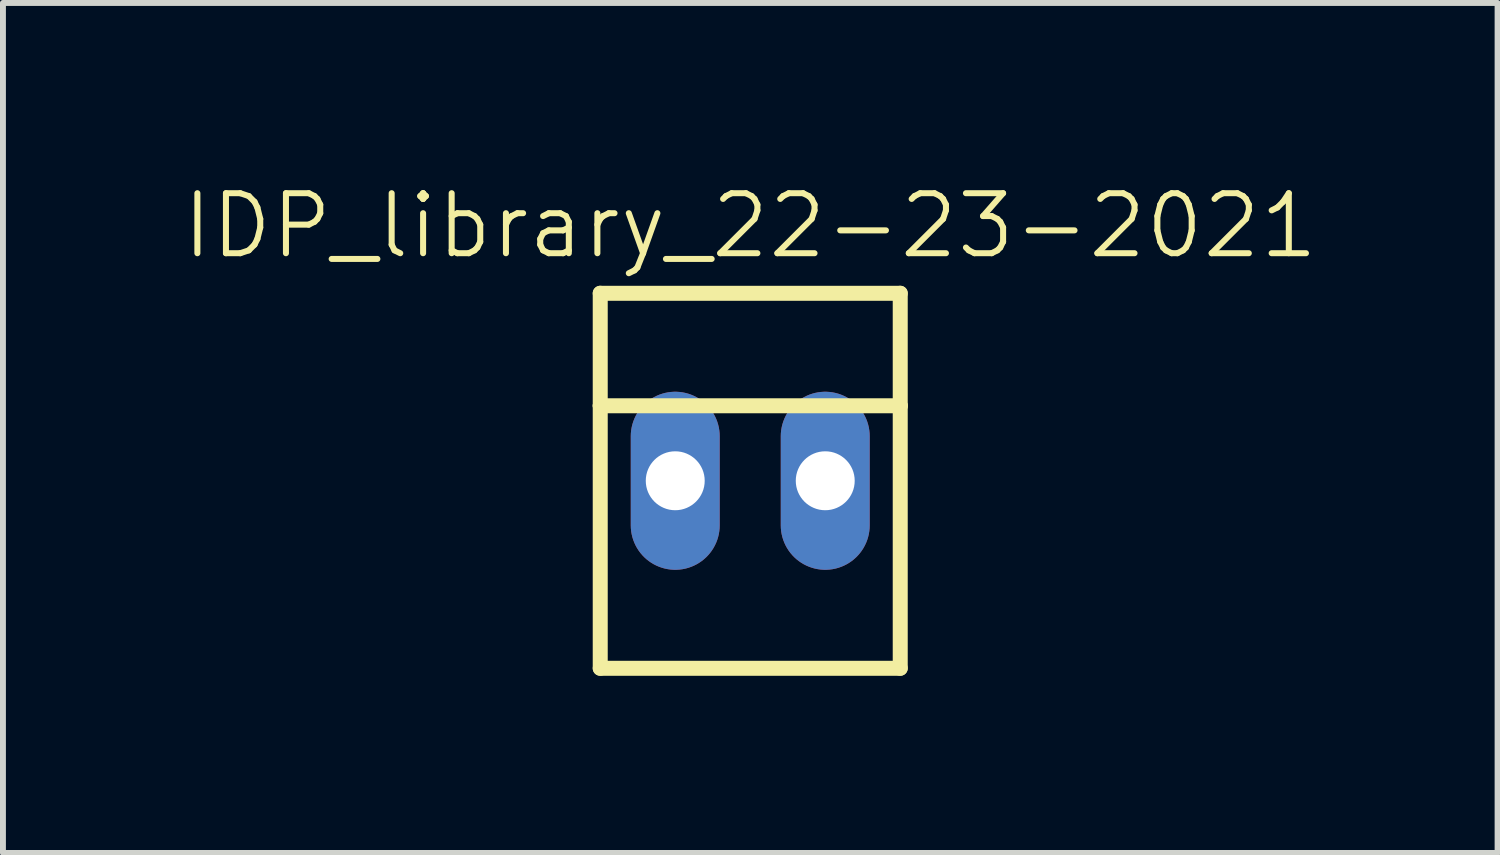
<source format=kicad_pcb>
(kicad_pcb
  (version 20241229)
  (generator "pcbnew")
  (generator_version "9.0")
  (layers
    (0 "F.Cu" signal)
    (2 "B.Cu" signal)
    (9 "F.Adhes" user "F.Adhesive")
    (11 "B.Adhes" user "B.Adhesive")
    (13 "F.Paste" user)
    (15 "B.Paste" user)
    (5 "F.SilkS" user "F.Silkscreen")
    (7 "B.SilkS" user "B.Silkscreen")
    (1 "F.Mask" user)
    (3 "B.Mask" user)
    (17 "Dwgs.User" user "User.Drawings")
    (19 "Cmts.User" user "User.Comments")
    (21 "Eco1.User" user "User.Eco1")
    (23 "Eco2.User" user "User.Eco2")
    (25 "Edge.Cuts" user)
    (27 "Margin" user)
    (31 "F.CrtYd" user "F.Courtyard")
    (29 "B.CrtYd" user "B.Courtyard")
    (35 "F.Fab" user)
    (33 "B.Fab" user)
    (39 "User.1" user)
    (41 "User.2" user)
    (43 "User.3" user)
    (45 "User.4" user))
  (footprint "IDP_library_22-23-2021"
    (layer "F.Cu")
    (at 9.654 5.091)
    (property "Reference" "IDP_library_22-23-2021" (at 0 -4.318 0) (layer "F.SilkS") (effects (font (size 1.016 1.016) (thickness 0.102))))
    (attr exclude_from_pos_files exclude_from_bom)
    (fp_line (start -2.54 -3.175) (end 2.54 -3.175) (stroke (width 0.254) (type solid)) (layer "F.SilkS"))
    (fp_line (start -2.54 -1.27) (end -2.54 -3.175) (stroke (width 0.254) (type solid)) (layer "F.SilkS"))
    (fp_line (start -2.54 -1.27) (end 2.54 -1.27) (stroke (width 0.254) (type solid)) (layer "F.SilkS"))
    (fp_line (start -2.54 3.175) (end -2.54 -1.27) (stroke (width 0.254) (type solid)) (layer "F.SilkS"))
    (fp_line (start 2.54 -3.175) (end 2.54 -1.27) (stroke (width 0.254) (type solid)) (layer "F.SilkS"))
    (fp_line (start 2.54 -1.27) (end 2.54 3.175) (stroke (width 0.254) (type solid)) (layer "F.SilkS"))
    (fp_line (start 2.54 3.175) (end -2.54 3.175) (stroke (width 0.254) (type solid)) (layer "F.SilkS"))
    (pad "1" thru_hole oval (at -1.27 0 180) (size 1.506 3.015) (drill 0.998) (layers "*.Cu" "*.Paste" "*.Mask"))
    (pad "2" thru_hole oval (at 1.27 0 180) (size 1.506 3.015) (drill 0.998) (layers "*.Cu" "*.Paste" "*.Mask")))
  (gr_rect
    (start -3 -3)
    (end 22.309 11.393)
    (stroke (width 0.1) (type default))
    (fill no)
    (layer "Edge.Cuts")))
</source>
